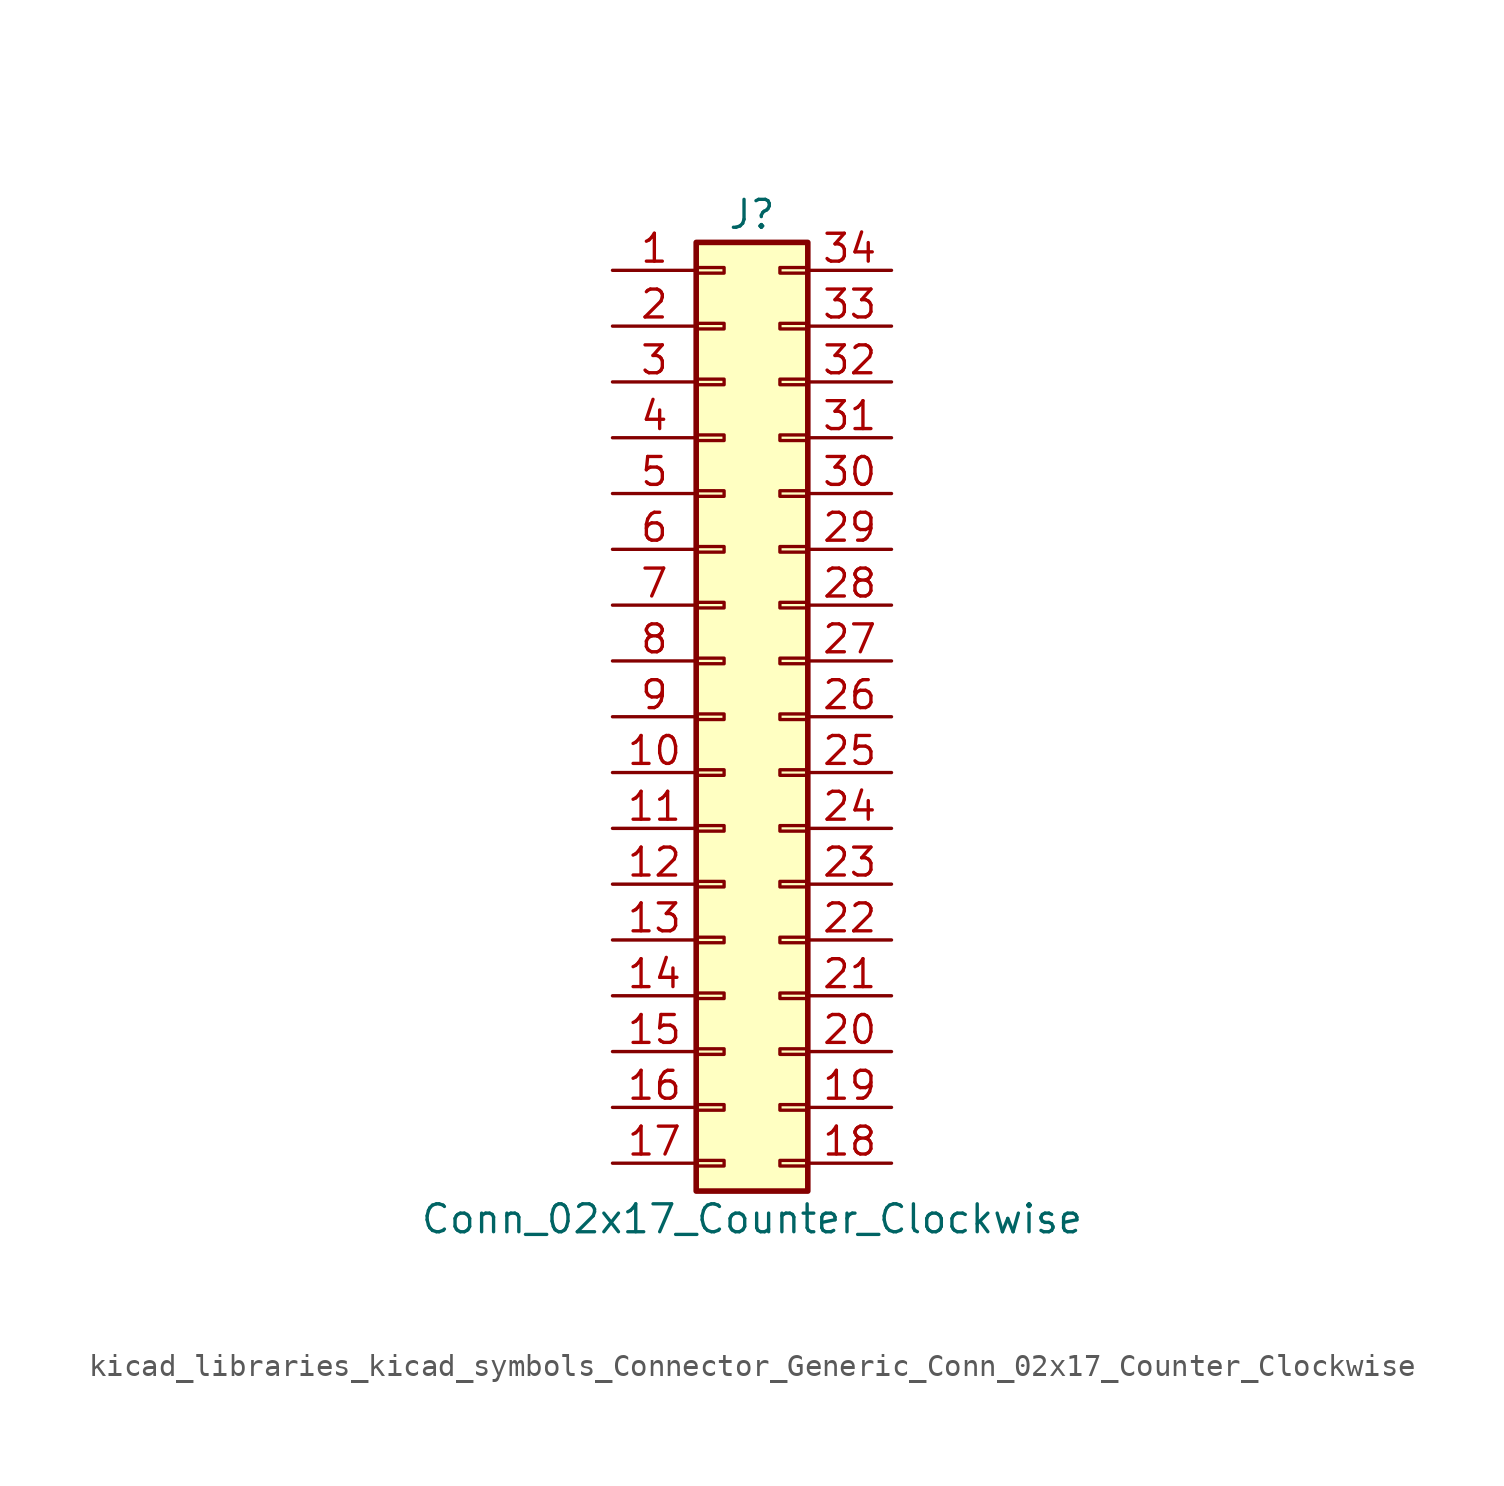
<source format=kicad_sym>
(kicad_symbol_lib
  (version 20220914)
  (generator kicad_symbol_editor)
  (symbol "kicad_libraries_kicad_symbols_Connector_Generic_Conn_02x17_Counter_Clockwise"
    (pin_names
      (offset 1.016) hide)
    (property "Reference" "J"
      (at 1.27 22.86 0)
      (effects (font (size 1.27 1.27))))
    (property "Value" "Conn_02x17_Counter_Clockwise"
      (at 1.27 -22.86 0)
      (effects (font (size 1.27 1.27))))
    (symbol "kicad_libraries_kicad_symbols_Connector_Generic_Conn_02x17_Counter_Clockwise_1_1"
      (rectangle (start -1.27 -20.193) (end 0 -20.447) (stroke (width 0.152) (type default)) (fill (type none)))
      (rectangle (start -1.27 -17.653) (end 0 -17.907) (stroke (width 0.152) (type default)) (fill (type none)))
      (rectangle (start -1.27 -15.113) (end 0 -15.367) (stroke (width 0.152) (type default)) (fill (type none)))
      (rectangle (start -1.27 -12.573) (end 0 -12.827) (stroke (width 0.152) (type default)) (fill (type none)))
      (rectangle (start -1.27 -10.033) (end 0 -10.287) (stroke (width 0.152) (type default)) (fill (type none)))
      (rectangle (start -1.27 -7.493) (end 0 -7.747) (stroke (width 0.152) (type default)) (fill (type none)))
      (rectangle (start -1.27 -4.953) (end 0 -5.207) (stroke (width 0.152) (type default)) (fill (type none)))
      (rectangle (start -1.27 -2.413) (end 0 -2.667) (stroke (width 0.152) (type default)) (fill (type none)))
      (rectangle (start -1.27 0.127) (end 0 -0.127) (stroke (width 0.152) (type default)) (fill (type none)))
      (rectangle (start -1.27 2.667) (end 0 2.413) (stroke (width 0.152) (type default)) (fill (type none)))
      (rectangle (start -1.27 5.207) (end 0 4.953) (stroke (width 0.152) (type default)) (fill (type none)))
      (rectangle (start -1.27 7.747) (end 0 7.493) (stroke (width 0.152) (type default)) (fill (type none)))
      (rectangle (start -1.27 10.287) (end 0 10.033) (stroke (width 0.152) (type default)) (fill (type none)))
      (rectangle (start -1.27 12.827) (end 0 12.573) (stroke (width 0.152) (type default)) (fill (type none)))
      (rectangle (start -1.27 15.367) (end 0 15.113) (stroke (width 0.152) (type default)) (fill (type none)))
      (rectangle (start -1.27 17.907) (end 0 17.653) (stroke (width 0.152) (type default)) (fill (type none)))
      (rectangle (start -1.27 20.447) (end 0 20.193) (stroke (width 0.152) (type default)) (fill (type none)))
      (rectangle (start -1.27 21.59) (end 3.81 -21.59) (stroke (width 0.254) (type default)) (fill (type background)))
      (rectangle (start 3.81 -20.193) (end 2.54 -20.447) (stroke (width 0.152) (type default)) (fill (type none)))
      (rectangle (start 3.81 -17.653) (end 2.54 -17.907) (stroke (width 0.152) (type default)) (fill (type none)))
      (rectangle (start 3.81 -15.113) (end 2.54 -15.367) (stroke (width 0.152) (type default)) (fill (type none)))
      (rectangle (start 3.81 -12.573) (end 2.54 -12.827) (stroke (width 0.152) (type default)) (fill (type none)))
      (rectangle (start 3.81 -10.033) (end 2.54 -10.287) (stroke (width 0.152) (type default)) (fill (type none)))
      (rectangle (start 3.81 -7.493) (end 2.54 -7.747) (stroke (width 0.152) (type default)) (fill (type none)))
      (rectangle (start 3.81 -4.953) (end 2.54 -5.207) (stroke (width 0.152) (type default)) (fill (type none)))
      (rectangle (start 3.81 -2.413) (end 2.54 -2.667) (stroke (width 0.152) (type default)) (fill (type none)))
      (rectangle (start 3.81 0.127) (end 2.54 -0.127) (stroke (width 0.152) (type default)) (fill (type none)))
      (rectangle (start 3.81 2.667) (end 2.54 2.413) (stroke (width 0.152) (type default)) (fill (type none)))
      (rectangle (start 3.81 5.207) (end 2.54 4.953) (stroke (width 0.152) (type default)) (fill (type none)))
      (rectangle (start 3.81 7.747) (end 2.54 7.493) (stroke (width 0.152) (type default)) (fill (type none)))
      (rectangle (start 3.81 10.287) (end 2.54 10.033) (stroke (width 0.152) (type default)) (fill (type none)))
      (rectangle (start 3.81 12.827) (end 2.54 12.573) (stroke (width 0.152) (type default)) (fill (type none)))
      (rectangle (start 3.81 15.367) (end 2.54 15.113) (stroke (width 0.152) (type default)) (fill (type none)))
      (rectangle (start 3.81 17.907) (end 2.54 17.653) (stroke (width 0.152) (type default)) (fill (type none)))
      (rectangle (start 3.81 20.447) (end 2.54 20.193) (stroke (width 0.152) (type default)) (fill (type none)))
      (pin passive line (at -5.08 20.32 0) (length 3.81) (name "Pin_1" (effects (font (size 1.27 1.27)))) (number "1" (effects (font (size 1.27 1.27)))))
      (pin passive line (at -5.08 -2.54 0) (length 3.81) (name "Pin_10" (effects (font (size 1.27 1.27)))) (number "10" (effects (font (size 1.27 1.27)))))
      (pin passive line (at -5.08 -5.08 0) (length 3.81) (name "Pin_11" (effects (font (size 1.27 1.27)))) (number "11" (effects (font (size 1.27 1.27)))))
      (pin passive line (at -5.08 -7.62 0) (length 3.81) (name "Pin_12" (effects (font (size 1.27 1.27)))) (number "12" (effects (font (size 1.27 1.27)))))
      (pin passive line (at -5.08 -10.16 0) (length 3.81) (name "Pin_13" (effects (font (size 1.27 1.27)))) (number "13" (effects (font (size 1.27 1.27)))))
      (pin passive line (at -5.08 -12.7 0) (length 3.81) (name "Pin_14" (effects (font (size 1.27 1.27)))) (number "14" (effects (font (size 1.27 1.27)))))
      (pin passive line (at -5.08 -15.24 0) (length 3.81) (name "Pin_15" (effects (font (size 1.27 1.27)))) (number "15" (effects (font (size 1.27 1.27)))))
      (pin passive line (at -5.08 -17.78 0) (length 3.81) (name "Pin_16" (effects (font (size 1.27 1.27)))) (number "16" (effects (font (size 1.27 1.27)))))
      (pin passive line (at -5.08 -20.32 0) (length 3.81) (name "Pin_17" (effects (font (size 1.27 1.27)))) (number "17" (effects (font (size 1.27 1.27)))))
      (pin passive line (at 7.62 -20.32 180) (length 3.81) (name "Pin_18" (effects (font (size 1.27 1.27)))) (number "18" (effects (font (size 1.27 1.27)))))
      (pin passive line (at 7.62 -17.78 180) (length 3.81) (name "Pin_19" (effects (font (size 1.27 1.27)))) (number "19" (effects (font (size 1.27 1.27)))))
      (pin passive line (at -5.08 17.78 0) (length 3.81) (name "Pin_2" (effects (font (size 1.27 1.27)))) (number "2" (effects (font (size 1.27 1.27)))))
      (pin passive line (at 7.62 -15.24 180) (length 3.81) (name "Pin_20" (effects (font (size 1.27 1.27)))) (number "20" (effects (font (size 1.27 1.27)))))
      (pin passive line (at 7.62 -12.7 180) (length 3.81) (name "Pin_21" (effects (font (size 1.27 1.27)))) (number "21" (effects (font (size 1.27 1.27)))))
      (pin passive line (at 7.62 -10.16 180) (length 3.81) (name "Pin_22" (effects (font (size 1.27 1.27)))) (number "22" (effects (font (size 1.27 1.27)))))
      (pin passive line (at 7.62 -7.62 180) (length 3.81) (name "Pin_23" (effects (font (size 1.27 1.27)))) (number "23" (effects (font (size 1.27 1.27)))))
      (pin passive line (at 7.62 -5.08 180) (length 3.81) (name "Pin_24" (effects (font (size 1.27 1.27)))) (number "24" (effects (font (size 1.27 1.27)))))
      (pin passive line (at 7.62 -2.54 180) (length 3.81) (name "Pin_25" (effects (font (size 1.27 1.27)))) (number "25" (effects (font (size 1.27 1.27)))))
      (pin passive line (at 7.62 0 180) (length 3.81) (name "Pin_26" (effects (font (size 1.27 1.27)))) (number "26" (effects (font (size 1.27 1.27)))))
      (pin passive line (at 7.62 2.54 180) (length 3.81) (name "Pin_27" (effects (font (size 1.27 1.27)))) (number "27" (effects (font (size 1.27 1.27)))))
      (pin passive line (at 7.62 5.08 180) (length 3.81) (name "Pin_28" (effects (font (size 1.27 1.27)))) (number "28" (effects (font (size 1.27 1.27)))))
      (pin passive line (at 7.62 7.62 180) (length 3.81) (name "Pin_29" (effects (font (size 1.27 1.27)))) (number "29" (effects (font (size 1.27 1.27)))))
      (pin passive line (at -5.08 15.24 0) (length 3.81) (name "Pin_3" (effects (font (size 1.27 1.27)))) (number "3" (effects (font (size 1.27 1.27)))))
      (pin passive line (at 7.62 10.16 180) (length 3.81) (name "Pin_30" (effects (font (size 1.27 1.27)))) (number "30" (effects (font (size 1.27 1.27)))))
      (pin passive line (at 7.62 12.7 180) (length 3.81) (name "Pin_31" (effects (font (size 1.27 1.27)))) (number "31" (effects (font (size 1.27 1.27)))))
      (pin passive line (at 7.62 15.24 180) (length 3.81) (name "Pin_32" (effects (font (size 1.27 1.27)))) (number "32" (effects (font (size 1.27 1.27)))))
      (pin passive line (at 7.62 17.78 180) (length 3.81) (name "Pin_33" (effects (font (size 1.27 1.27)))) (number "33" (effects (font (size 1.27 1.27)))))
      (pin passive line (at 7.62 20.32 180) (length 3.81) (name "Pin_34" (effects (font (size 1.27 1.27)))) (number "34" (effects (font (size 1.27 1.27)))))
      (pin passive line (at -5.08 12.7 0) (length 3.81) (name "Pin_4" (effects (font (size 1.27 1.27)))) (number "4" (effects (font (size 1.27 1.27)))))
      (pin passive line (at -5.08 10.16 0) (length 3.81) (name "Pin_5" (effects (font (size 1.27 1.27)))) (number "5" (effects (font (size 1.27 1.27)))))
      (pin passive line (at -5.08 7.62 0) (length 3.81) (name "Pin_6" (effects (font (size 1.27 1.27)))) (number "6" (effects (font (size 1.27 1.27)))))
      (pin passive line (at -5.08 5.08 0) (length 3.81) (name "Pin_7" (effects (font (size 1.27 1.27)))) (number "7" (effects (font (size 1.27 1.27)))))
      (pin passive line (at -5.08 2.54 0) (length 3.81) (name "Pin_8" (effects (font (size 1.27 1.27)))) (number "8" (effects (font (size 1.27 1.27)))))
      (pin passive line (at -5.08 0 0) (length 3.81) (name "Pin_9" (effects (font (size 1.27 1.27)))) (number "9" (effects (font (size 1.27 1.27))))))))
</source>
